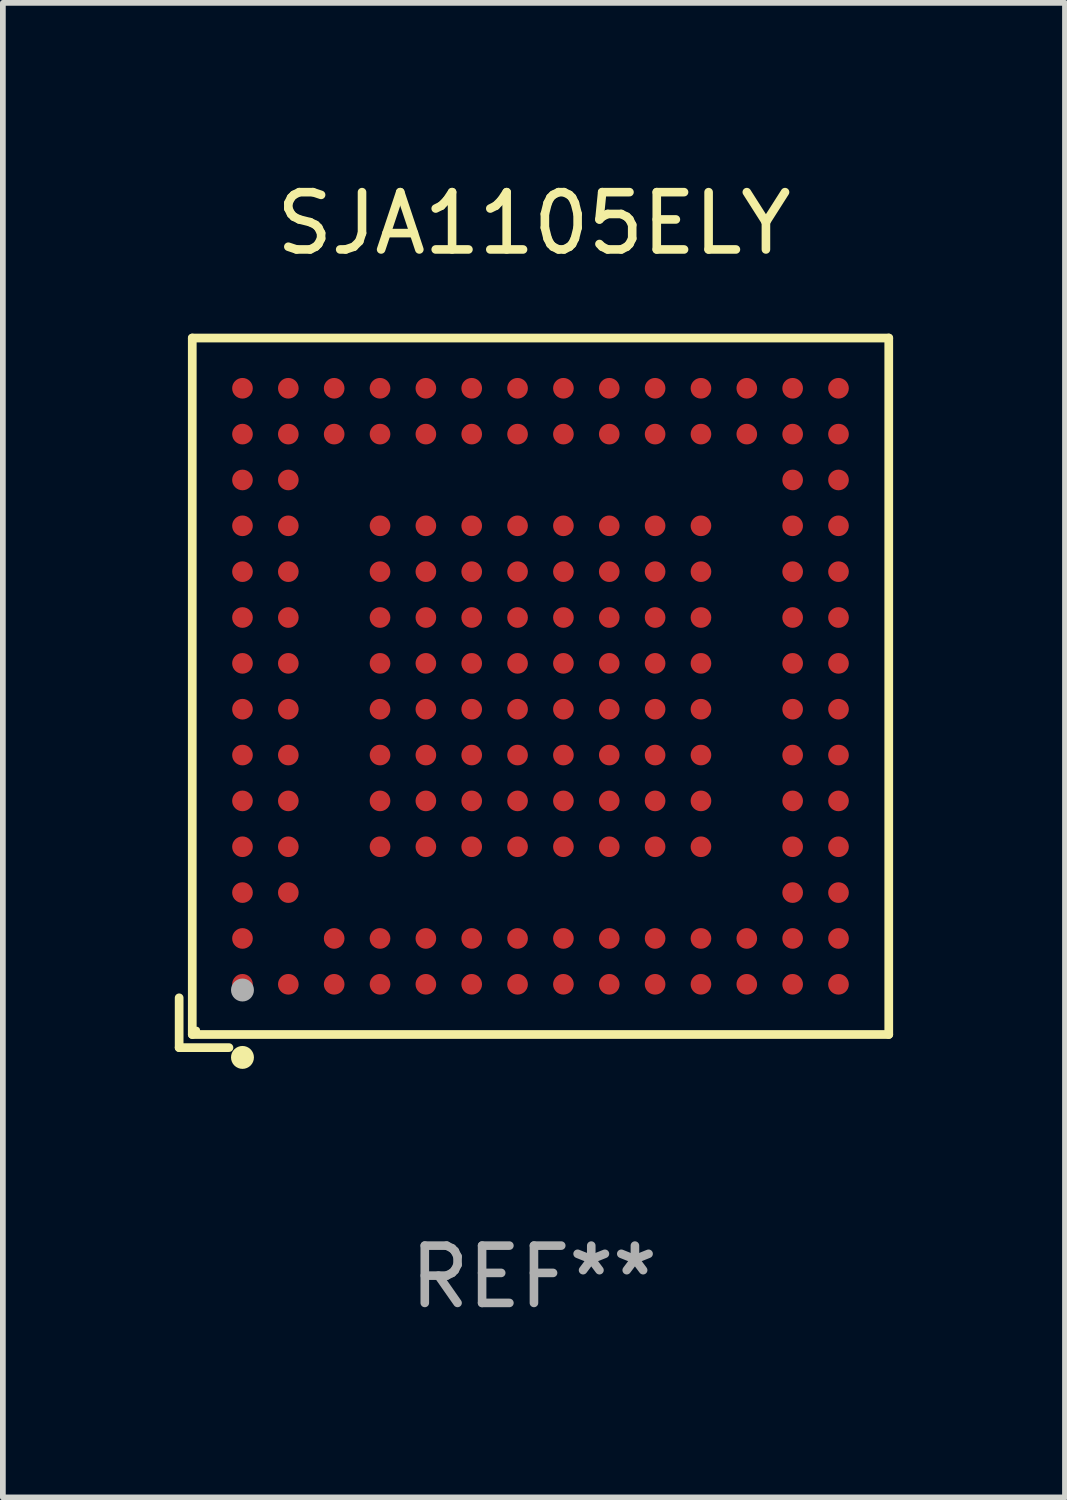
<source format=kicad_pcb>
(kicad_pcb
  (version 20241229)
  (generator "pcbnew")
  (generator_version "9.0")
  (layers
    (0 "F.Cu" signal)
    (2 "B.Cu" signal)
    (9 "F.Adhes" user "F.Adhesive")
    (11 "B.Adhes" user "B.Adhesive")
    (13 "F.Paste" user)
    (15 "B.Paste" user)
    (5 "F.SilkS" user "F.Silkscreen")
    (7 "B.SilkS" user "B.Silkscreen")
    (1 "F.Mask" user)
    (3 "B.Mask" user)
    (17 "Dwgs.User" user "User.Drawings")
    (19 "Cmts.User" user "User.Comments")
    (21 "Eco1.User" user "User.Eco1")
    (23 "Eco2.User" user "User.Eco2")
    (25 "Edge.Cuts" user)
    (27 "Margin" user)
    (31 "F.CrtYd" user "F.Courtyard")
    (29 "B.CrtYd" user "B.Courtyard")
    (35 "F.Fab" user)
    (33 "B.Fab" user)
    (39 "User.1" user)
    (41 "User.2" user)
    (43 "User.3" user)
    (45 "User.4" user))
  (footprint "SJA1105ELY"
    (layer "F.Cu")
    (at 6.267 9.039)
    (property "Reference" "SJA1105ELY" (at 0 -8.191 0) (layer "F.SilkS") (effects (font (size 1 1) (thickness 0.15))))
    (attr through_hole)
    (fp_line (start -6.191 5.322) (end -6.191 6.191) (stroke (width 0.152) (type solid)) (layer "F.SilkS"))
    (fp_line (start -6.191 6.191) (end -5.322 6.191) (stroke (width 0.152) (type solid)) (layer "F.SilkS"))
    (fp_line (start -5.962 -6.191) (end 6.191 -6.191) (stroke (width 0.152) (type solid)) (layer "F.SilkS"))
    (fp_line (start -5.962 5.962) (end -5.962 -6.191) (stroke (width 0.152) (type solid)) (layer "F.SilkS"))
    (fp_line (start 6.191 -6.191) (end 6.191 5.962) (stroke (width 0.152) (type solid)) (layer "F.SilkS"))
    (fp_line (start 6.191 5.962) (end -5.962 5.962) (stroke (width 0.152) (type solid)) (layer "F.SilkS"))
    (fp_circle (center -5.886 5.886) (end -5.856 5.886) (stroke (width 0.06) (type solid)) (fill no) (layer "F.SilkS"))
    (fp_circle (center -5.086 6.362) (end -4.986 6.362) (stroke (width 0.2) (type solid)) (fill no) (layer "F.SilkS"))
    (fp_circle (center -5.086 5.186) (end -4.986 5.186) (stroke (width 0.2) (type solid)) (fill no) (layer "F.Fab"))
    (fp_text user "REF**" (at 0 10.191 0) (layer "F.Fab") (effects (font (size 1 1) (thickness 0.15))))
    (pad "A1" smd circle (at -5.086 5.086) (size 0.36 0.36) (layers "F.Cu" "F.Mask" "F.Paste"))
    (pad "A2" smd circle (at -5.086 4.286) (size 0.36 0.36) (layers "F.Cu" "F.Mask" "F.Paste"))
    (pad "A3" smd circle (at -5.086 3.486) (size 0.36 0.36) (layers "F.Cu" "F.Mask" "F.Paste"))
    (pad "A4" smd circle (at -5.086 2.686) (size 0.36 0.36) (layers "F.Cu" "F.Mask" "F.Paste"))
    (pad "A5" smd circle (at -5.086 1.886) (size 0.36 0.36) (layers "F.Cu" "F.Mask" "F.Paste"))
    (pad "A6" smd circle (at -5.086 1.086) (size 0.36 0.36) (layers "F.Cu" "F.Mask" "F.Paste"))
    (pad "A7" smd circle (at -5.086 0.286) (size 0.36 0.36) (layers "F.Cu" "F.Mask" "F.Paste"))
    (pad "A8" smd circle (at -5.086 -0.514) (size 0.36 0.36) (layers "F.Cu" "F.Mask" "F.Paste"))
    (pad "A9" smd circle (at -5.086 -1.314) (size 0.36 0.36) (layers "F.Cu" "F.Mask" "F.Paste"))
    (pad "A10" smd circle (at -5.086 -2.114) (size 0.36 0.36) (layers "F.Cu" "F.Mask" "F.Paste"))
    (pad "A11" smd circle (at -5.086 -2.914) (size 0.36 0.36) (layers "F.Cu" "F.Mask" "F.Paste"))
    (pad "A12" smd circle (at -5.086 -3.714) (size 0.36 0.36) (layers "F.Cu" "F.Mask" "F.Paste"))
    (pad "A13" smd circle (at -5.086 -4.514) (size 0.36 0.36) (layers "F.Cu" "F.Mask" "F.Paste"))
    (pad "A14" smd circle (at -5.086 -5.314) (size 0.36 0.36) (layers "F.Cu" "F.Mask" "F.Paste"))
    (pad "B1" smd circle (at -4.286 5.086) (size 0.36 0.36) (layers "F.Cu" "F.Mask" "F.Paste"))
    (pad "B3" smd circle (at -4.286 3.486) (size 0.36 0.36) (layers "F.Cu" "F.Mask" "F.Paste"))
    (pad "B4" smd circle (at -4.286 2.686) (size 0.36 0.36) (layers "F.Cu" "F.Mask" "F.Paste"))
    (pad "B5" smd circle (at -4.286 1.886) (size 0.36 0.36) (layers "F.Cu" "F.Mask" "F.Paste"))
    (pad "B6" smd circle (at -4.286 1.086) (size 0.36 0.36) (layers "F.Cu" "F.Mask" "F.Paste"))
    (pad "B7" smd circle (at -4.286 0.286) (size 0.36 0.36) (layers "F.Cu" "F.Mask" "F.Paste"))
    (pad "B8" smd circle (at -4.286 -0.514) (size 0.36 0.36) (layers "F.Cu" "F.Mask" "F.Paste"))
    (pad "B9" smd circle (at -4.286 -1.314) (size 0.36 0.36) (layers "F.Cu" "F.Mask" "F.Paste"))
    (pad "B10" smd circle (at -4.286 -2.114) (size 0.36 0.36) (layers "F.Cu" "F.Mask" "F.Paste"))
    (pad "B11" smd circle (at -4.286 -2.914) (size 0.36 0.36) (layers "F.Cu" "F.Mask" "F.Paste"))
    (pad "B12" smd circle (at -4.286 -3.714) (size 0.36 0.36) (layers "F.Cu" "F.Mask" "F.Paste"))
    (pad "B13" smd circle (at -4.286 -4.514) (size 0.36 0.36) (layers "F.Cu" "F.Mask" "F.Paste"))
    (pad "B14" smd circle (at -4.286 -5.314) (size 0.36 0.36) (layers "F.Cu" "F.Mask" "F.Paste"))
    (pad "C1" smd circle (at -3.486 5.086) (size 0.36 0.36) (layers "F.Cu" "F.Mask" "F.Paste"))
    (pad "C2" smd circle (at -3.486 4.286) (size 0.36 0.36) (layers "F.Cu" "F.Mask" "F.Paste"))
    (pad "C13" smd circle (at -3.486 -4.514) (size 0.36 0.36) (layers "F.Cu" "F.Mask" "F.Paste"))
    (pad "C14" smd circle (at -3.486 -5.314) (size 0.36 0.36) (layers "F.Cu" "F.Mask" "F.Paste"))
    (pad "D1" smd circle (at -2.686 5.086) (size 0.36 0.36) (layers "F.Cu" "F.Mask" "F.Paste"))
    (pad "D2" smd circle (at -2.686 4.286) (size 0.36 0.36) (layers "F.Cu" "F.Mask" "F.Paste"))
    (pad "D4" smd circle (at -2.686 2.686) (size 0.36 0.36) (layers "F.Cu" "F.Mask" "F.Paste"))
    (pad "D5" smd circle (at -2.686 1.886) (size 0.36 0.36) (layers "F.Cu" "F.Mask" "F.Paste"))
    (pad "D6" smd circle (at -2.686 1.086) (size 0.36 0.36) (layers "F.Cu" "F.Mask" "F.Paste"))
    (pad "D7" smd circle (at -2.686 0.286) (size 0.36 0.36) (layers "F.Cu" "F.Mask" "F.Paste"))
    (pad "D8" smd circle (at -2.686 -0.514) (size 0.36 0.36) (layers "F.Cu" "F.Mask" "F.Paste"))
    (pad "D9" smd circle (at -2.686 -1.314) (size 0.36 0.36) (layers "F.Cu" "F.Mask" "F.Paste"))
    (pad "D10" smd circle (at -2.686 -2.114) (size 0.36 0.36) (layers "F.Cu" "F.Mask" "F.Paste"))
    (pad "D11" smd circle (at -2.686 -2.914) (size 0.36 0.36) (layers "F.Cu" "F.Mask" "F.Paste"))
    (pad "D13" smd circle (at -2.686 -4.514) (size 0.36 0.36) (layers "F.Cu" "F.Mask" "F.Paste"))
    (pad "D14" smd circle (at -2.686 -5.314) (size 0.36 0.36) (layers "F.Cu" "F.Mask" "F.Paste"))
    (pad "E1" smd circle (at -1.886 5.086) (size 0.36 0.36) (layers "F.Cu" "F.Mask" "F.Paste"))
    (pad "E2" smd circle (at -1.886 4.286) (size 0.36 0.36) (layers "F.Cu" "F.Mask" "F.Paste"))
    (pad "E4" smd circle (at -1.886 2.686) (size 0.36 0.36) (layers "F.Cu" "F.Mask" "F.Paste"))
    (pad "E5" smd circle (at -1.886 1.886) (size 0.36 0.36) (layers "F.Cu" "F.Mask" "F.Paste"))
    (pad "E6" smd circle (at -1.886 1.086) (size 0.36 0.36) (layers "F.Cu" "F.Mask" "F.Paste"))
    (pad "E7" smd circle (at -1.886 0.286) (size 0.36 0.36) (layers "F.Cu" "F.Mask" "F.Paste"))
    (pad "E8" smd circle (at -1.886 -0.514) (size 0.36 0.36) (layers "F.Cu" "F.Mask" "F.Paste"))
    (pad "E9" smd circle (at -1.886 -1.314) (size 0.36 0.36) (layers "F.Cu" "F.Mask" "F.Paste"))
    (pad "E10" smd circle (at -1.886 -2.114) (size 0.36 0.36) (layers "F.Cu" "F.Mask" "F.Paste"))
    (pad "E11" smd circle (at -1.886 -2.914) (size 0.36 0.36) (layers "F.Cu" "F.Mask" "F.Paste"))
    (pad "E13" smd circle (at -1.886 -4.514) (size 0.36 0.36) (layers "F.Cu" "F.Mask" "F.Paste"))
    (pad "E14" smd circle (at -1.886 -5.314) (size 0.36 0.36) (layers "F.Cu" "F.Mask" "F.Paste"))
    (pad "F1" smd circle (at -1.086 5.086) (size 0.36 0.36) (layers "F.Cu" "F.Mask" "F.Paste"))
    (pad "F2" smd circle (at -1.086 4.286) (size 0.36 0.36) (layers "F.Cu" "F.Mask" "F.Paste"))
    (pad "F4" smd circle (at -1.086 2.686) (size 0.36 0.36) (layers "F.Cu" "F.Mask" "F.Paste"))
    (pad "F5" smd circle (at -1.086 1.886) (size 0.36 0.36) (layers "F.Cu" "F.Mask" "F.Paste"))
    (pad "F6" smd circle (at -1.086 1.086) (size 0.36 0.36) (layers "F.Cu" "F.Mask" "F.Paste"))
    (pad "F7" smd circle (at -1.086 0.286) (size 0.36 0.36) (layers "F.Cu" "F.Mask" "F.Paste"))
    (pad "F8" smd circle (at -1.086 -0.514) (size 0.36 0.36) (layers "F.Cu" "F.Mask" "F.Paste"))
    (pad "F9" smd circle (at -1.086 -1.314) (size 0.36 0.36) (layers "F.Cu" "F.Mask" "F.Paste"))
    (pad "F10" smd circle (at -1.086 -2.114) (size 0.36 0.36) (layers "F.Cu" "F.Mask" "F.Paste"))
    (pad "F11" smd circle (at -1.086 -2.914) (size 0.36 0.36) (layers "F.Cu" "F.Mask" "F.Paste"))
    (pad "F13" smd circle (at -1.086 -4.514) (size 0.36 0.36) (layers "F.Cu" "F.Mask" "F.Paste"))
    (pad "F14" smd circle (at -1.086 -5.314) (size 0.36 0.36) (layers "F.Cu" "F.Mask" "F.Paste"))
    (pad "G1" smd circle (at -0.286 5.086) (size 0.36 0.36) (layers "F.Cu" "F.Mask" "F.Paste"))
    (pad "G2" smd circle (at -0.286 4.286) (size 0.36 0.36) (layers "F.Cu" "F.Mask" "F.Paste"))
    (pad "G4" smd circle (at -0.286 2.686) (size 0.36 0.36) (layers "F.Cu" "F.Mask" "F.Paste"))
    (pad "G5" smd circle (at -0.286 1.886) (size 0.36 0.36) (layers "F.Cu" "F.Mask" "F.Paste"))
    (pad "G6" smd circle (at -0.286 1.086) (size 0.36 0.36) (layers "F.Cu" "F.Mask" "F.Paste"))
    (pad "G7" smd circle (at -0.286 0.286) (size 0.36 0.36) (layers "F.Cu" "F.Mask" "F.Paste"))
    (pad "G8" smd circle (at -0.286 -0.514) (size 0.36 0.36) (layers "F.Cu" "F.Mask" "F.Paste"))
    (pad "G9" smd circle (at -0.286 -1.314) (size 0.36 0.36) (layers "F.Cu" "F.Mask" "F.Paste"))
    (pad "G10" smd circle (at -0.286 -2.114) (size 0.36 0.36) (layers "F.Cu" "F.Mask" "F.Paste"))
    (pad "G11" smd circle (at -0.286 -2.914) (size 0.36 0.36) (layers "F.Cu" "F.Mask" "F.Paste"))
    (pad "G13" smd circle (at -0.286 -4.514) (size 0.36 0.36) (layers "F.Cu" "F.Mask" "F.Paste"))
    (pad "G14" smd circle (at -0.286 -5.314) (size 0.36 0.36) (layers "F.Cu" "F.Mask" "F.Paste"))
    (pad "H1" smd circle (at 0.514 5.086) (size 0.36 0.36) (layers "F.Cu" "F.Mask" "F.Paste"))
    (pad "H2" smd circle (at 0.514 4.286) (size 0.36 0.36) (layers "F.Cu" "F.Mask" "F.Paste"))
    (pad "H4" smd circle (at 0.514 2.686) (size 0.36 0.36) (layers "F.Cu" "F.Mask" "F.Paste"))
    (pad "H5" smd circle (at 0.514 1.886) (size 0.36 0.36) (layers "F.Cu" "F.Mask" "F.Paste"))
    (pad "H6" smd circle (at 0.514 1.086) (size 0.36 0.36) (layers "F.Cu" "F.Mask" "F.Paste"))
    (pad "H7" smd circle (at 0.514 0.286) (size 0.36 0.36) (layers "F.Cu" "F.Mask" "F.Paste"))
    (pad "H8" smd circle (at 0.514 -0.514) (size 0.36 0.36) (layers "F.Cu" "F.Mask" "F.Paste"))
    (pad "H9" smd circle (at 0.514 -1.314) (size 0.36 0.36) (layers "F.Cu" "F.Mask" "F.Paste"))
    (pad "H10" smd circle (at 0.514 -2.114) (size 0.36 0.36) (layers "F.Cu" "F.Mask" "F.Paste"))
    (pad "H11" smd circle (at 0.514 -2.914) (size 0.36 0.36) (layers "F.Cu" "F.Mask" "F.Paste"))
    (pad "H13" smd circle (at 0.514 -4.514) (size 0.36 0.36) (layers "F.Cu" "F.Mask" "F.Paste"))
    (pad "H14" smd circle (at 0.514 -5.314) (size 0.36 0.36) (layers "F.Cu" "F.Mask" "F.Paste"))
    (pad "J1" smd circle (at 1.314 5.086) (size 0.36 0.36) (layers "F.Cu" "F.Mask" "F.Paste"))
    (pad "J2" smd circle (at 1.314 4.286) (size 0.36 0.36) (layers "F.Cu" "F.Mask" "F.Paste"))
    (pad "J4" smd circle (at 1.314 2.686) (size 0.36 0.36) (layers "F.Cu" "F.Mask" "F.Paste"))
    (pad "J5" smd circle (at 1.314 1.886) (size 0.36 0.36) (layers "F.Cu" "F.Mask" "F.Paste"))
    (pad "J6" smd circle (at 1.314 1.086) (size 0.36 0.36) (layers "F.Cu" "F.Mask" "F.Paste"))
    (pad "J7" smd circle (at 1.314 0.286) (size 0.36 0.36) (layers "F.Cu" "F.Mask" "F.Paste"))
    (pad "J8" smd circle (at 1.314 -0.514) (size 0.36 0.36) (layers "F.Cu" "F.Mask" "F.Paste"))
    (pad "J9" smd circle (at 1.314 -1.314) (size 0.36 0.36) (layers "F.Cu" "F.Mask" "F.Paste"))
    (pad "J10" smd circle (at 1.314 -2.114) (size 0.36 0.36) (layers "F.Cu" "F.Mask" "F.Paste"))
    (pad "J11" smd circle (at 1.314 -2.914) (size 0.36 0.36) (layers "F.Cu" "F.Mask" "F.Paste"))
    (pad "J13" smd circle (at 1.314 -4.514) (size 0.36 0.36) (layers "F.Cu" "F.Mask" "F.Paste"))
    (pad "J14" smd circle (at 1.314 -5.314) (size 0.36 0.36) (layers "F.Cu" "F.Mask" "F.Paste"))
    (pad "K1" smd circle (at 2.114 5.086) (size 0.36 0.36) (layers "F.Cu" "F.Mask" "F.Paste"))
    (pad "K2" smd circle (at 2.114 4.286) (size 0.36 0.36) (layers "F.Cu" "F.Mask" "F.Paste"))
    (pad "K4" smd circle (at 2.114 2.686) (size 0.36 0.36) (layers "F.Cu" "F.Mask" "F.Paste"))
    (pad "K5" smd circle (at 2.114 1.886) (size 0.36 0.36) (layers "F.Cu" "F.Mask" "F.Paste"))
    (pad "K6" smd circle (at 2.114 1.086) (size 0.36 0.36) (layers "F.Cu" "F.Mask" "F.Paste"))
    (pad "K7" smd circle (at 2.114 0.286) (size 0.36 0.36) (layers "F.Cu" "F.Mask" "F.Paste"))
    (pad "K8" smd circle (at 2.114 -0.514) (size 0.36 0.36) (layers "F.Cu" "F.Mask" "F.Paste"))
    (pad "K9" smd circle (at 2.114 -1.314) (size 0.36 0.36) (layers "F.Cu" "F.Mask" "F.Paste"))
    (pad "K10" smd circle (at 2.114 -2.114) (size 0.36 0.36) (layers "F.Cu" "F.Mask" "F.Paste"))
    (pad "K11" smd circle (at 2.114 -2.914) (size 0.36 0.36) (layers "F.Cu" "F.Mask" "F.Paste"))
    (pad "K13" smd circle (at 2.114 -4.514) (size 0.36 0.36) (layers "F.Cu" "F.Mask" "F.Paste"))
    (pad "K14" smd circle (at 2.114 -5.314) (size 0.36 0.36) (layers "F.Cu" "F.Mask" "F.Paste"))
    (pad "L1" smd circle (at 2.914 5.086) (size 0.36 0.36) (layers "F.Cu" "F.Mask" "F.Paste"))
    (pad "L2" smd circle (at 2.914 4.286) (size 0.36 0.36) (layers "F.Cu" "F.Mask" "F.Paste"))
    (pad "L4" smd circle (at 2.914 2.686) (size 0.36 0.36) (layers "F.Cu" "F.Mask" "F.Paste"))
    (pad "L5" smd circle (at 2.914 1.886) (size 0.36 0.36) (layers "F.Cu" "F.Mask" "F.Paste"))
    (pad "L6" smd circle (at 2.914 1.086) (size 0.36 0.36) (layers "F.Cu" "F.Mask" "F.Paste"))
    (pad "L7" smd circle (at 2.914 0.286) (size 0.36 0.36) (layers "F.Cu" "F.Mask" "F.Paste"))
    (pad "L8" smd circle (at 2.914 -0.514) (size 0.36 0.36) (layers "F.Cu" "F.Mask" "F.Paste"))
    (pad "L9" smd circle (at 2.914 -1.314) (size 0.36 0.36) (layers "F.Cu" "F.Mask" "F.Paste"))
    (pad "L10" smd circle (at 2.914 -2.114) (size 0.36 0.36) (layers "F.Cu" "F.Mask" "F.Paste"))
    (pad "L11" smd circle (at 2.914 -2.914) (size 0.36 0.36) (layers "F.Cu" "F.Mask" "F.Paste"))
    (pad "L13" smd circle (at 2.914 -4.514) (size 0.36 0.36) (layers "F.Cu" "F.Mask" "F.Paste"))
    (pad "L14" smd circle (at 2.914 -5.314) (size 0.36 0.36) (layers "F.Cu" "F.Mask" "F.Paste"))
    (pad "M1" smd circle (at 3.714 5.086) (size 0.36 0.36) (layers "F.Cu" "F.Mask" "F.Paste"))
    (pad "M2" smd circle (at 3.714 4.286) (size 0.36 0.36) (layers "F.Cu" "F.Mask" "F.Paste"))
    (pad "M13" smd circle (at 3.714 -4.514) (size 0.36 0.36) (layers "F.Cu" "F.Mask" "F.Paste"))
    (pad "M14" smd circle (at 3.714 -5.314) (size 0.36 0.36) (layers "F.Cu" "F.Mask" "F.Paste"))
    (pad "N1" smd circle (at 4.514 5.086) (size 0.36 0.36) (layers "F.Cu" "F.Mask" "F.Paste"))
    (pad "N2" smd circle (at 4.514 4.286) (size 0.36 0.36) (layers "F.Cu" "F.Mask" "F.Paste"))
    (pad "N3" smd circle (at 4.514 3.486) (size 0.36 0.36) (layers "F.Cu" "F.Mask" "F.Paste"))
    (pad "N4" smd circle (at 4.514 2.686) (size 0.36 0.36) (layers "F.Cu" "F.Mask" "F.Paste"))
    (pad "N5" smd circle (at 4.514 1.886) (size 0.36 0.36) (layers "F.Cu" "F.Mask" "F.Paste"))
    (pad "N6" smd circle (at 4.514 1.086) (size 0.36 0.36) (layers "F.Cu" "F.Mask" "F.Paste"))
    (pad "N7" smd circle (at 4.514 0.286) (size 0.36 0.36) (layers "F.Cu" "F.Mask" "F.Paste"))
    (pad "N8" smd circle (at 4.514 -0.514) (size 0.36 0.36) (layers "F.Cu" "F.Mask" "F.Paste"))
    (pad "N9" smd circle (at 4.514 -1.314) (size 0.36 0.36) (layers "F.Cu" "F.Mask" "F.Paste"))
    (pad "N10" smd circle (at 4.514 -2.114) (size 0.36 0.36) (layers "F.Cu" "F.Mask" "F.Paste"))
    (pad "N11" smd circle (at 4.514 -2.914) (size 0.36 0.36) (layers "F.Cu" "F.Mask" "F.Paste"))
    (pad "N12" smd circle (at 4.514 -3.714) (size 0.36 0.36) (layers "F.Cu" "F.Mask" "F.Paste"))
    (pad "N13" smd circle (at 4.514 -4.514) (size 0.36 0.36) (layers "F.Cu" "F.Mask" "F.Paste"))
    (pad "N14" smd circle (at 4.514 -5.314) (size 0.36 0.36) (layers "F.Cu" "F.Mask" "F.Paste"))
    (pad "P1" smd circle (at 5.314 5.086) (size 0.36 0.36) (layers "F.Cu" "F.Mask" "F.Paste"))
    (pad "P2" smd circle (at 5.314 4.286) (size 0.36 0.36) (layers "F.Cu" "F.Mask" "F.Paste"))
    (pad "P3" smd circle (at 5.314 3.486) (size 0.36 0.36) (layers "F.Cu" "F.Mask" "F.Paste"))
    (pad "P4" smd circle (at 5.314 2.686) (size 0.36 0.36) (layers "F.Cu" "F.Mask" "F.Paste"))
    (pad "P5" smd circle (at 5.314 1.886) (size 0.36 0.36) (layers "F.Cu" "F.Mask" "F.Paste"))
    (pad "P6" smd circle (at 5.314 1.086) (size 0.36 0.36) (layers "F.Cu" "F.Mask" "F.Paste"))
    (pad "P7" smd circle (at 5.314 0.286) (size 0.36 0.36) (layers "F.Cu" "F.Mask" "F.Paste"))
    (pad "P8" smd circle (at 5.314 -0.514) (size 0.36 0.36) (layers "F.Cu" "F.Mask" "F.Paste"))
    (pad "P9" smd circle (at 5.314 -1.314) (size 0.36 0.36) (layers "F.Cu" "F.Mask" "F.Paste"))
    (pad "P10" smd circle (at 5.314 -2.114) (size 0.36 0.36) (layers "F.Cu" "F.Mask" "F.Paste"))
    (pad "P11" smd circle (at 5.314 -2.914) (size 0.36 0.36) (layers "F.Cu" "F.Mask" "F.Paste"))
    (pad "P12" smd circle (at 5.314 -3.714) (size 0.36 0.36) (layers "F.Cu" "F.Mask" "F.Paste"))
    (pad "P13" smd circle (at 5.314 -4.514) (size 0.36 0.36) (layers "F.Cu" "F.Mask" "F.Paste"))
    (pad "P14" smd circle (at 5.314 -5.314) (size 0.36 0.36) (layers "F.Cu" "F.Mask" "F.Paste")))
  (gr_rect
    (start -3 -3)
    (end 15.533 23.078)
    (stroke (width 0.1) (type default))
    (fill no)
    (layer "Edge.Cuts")))
</source>
